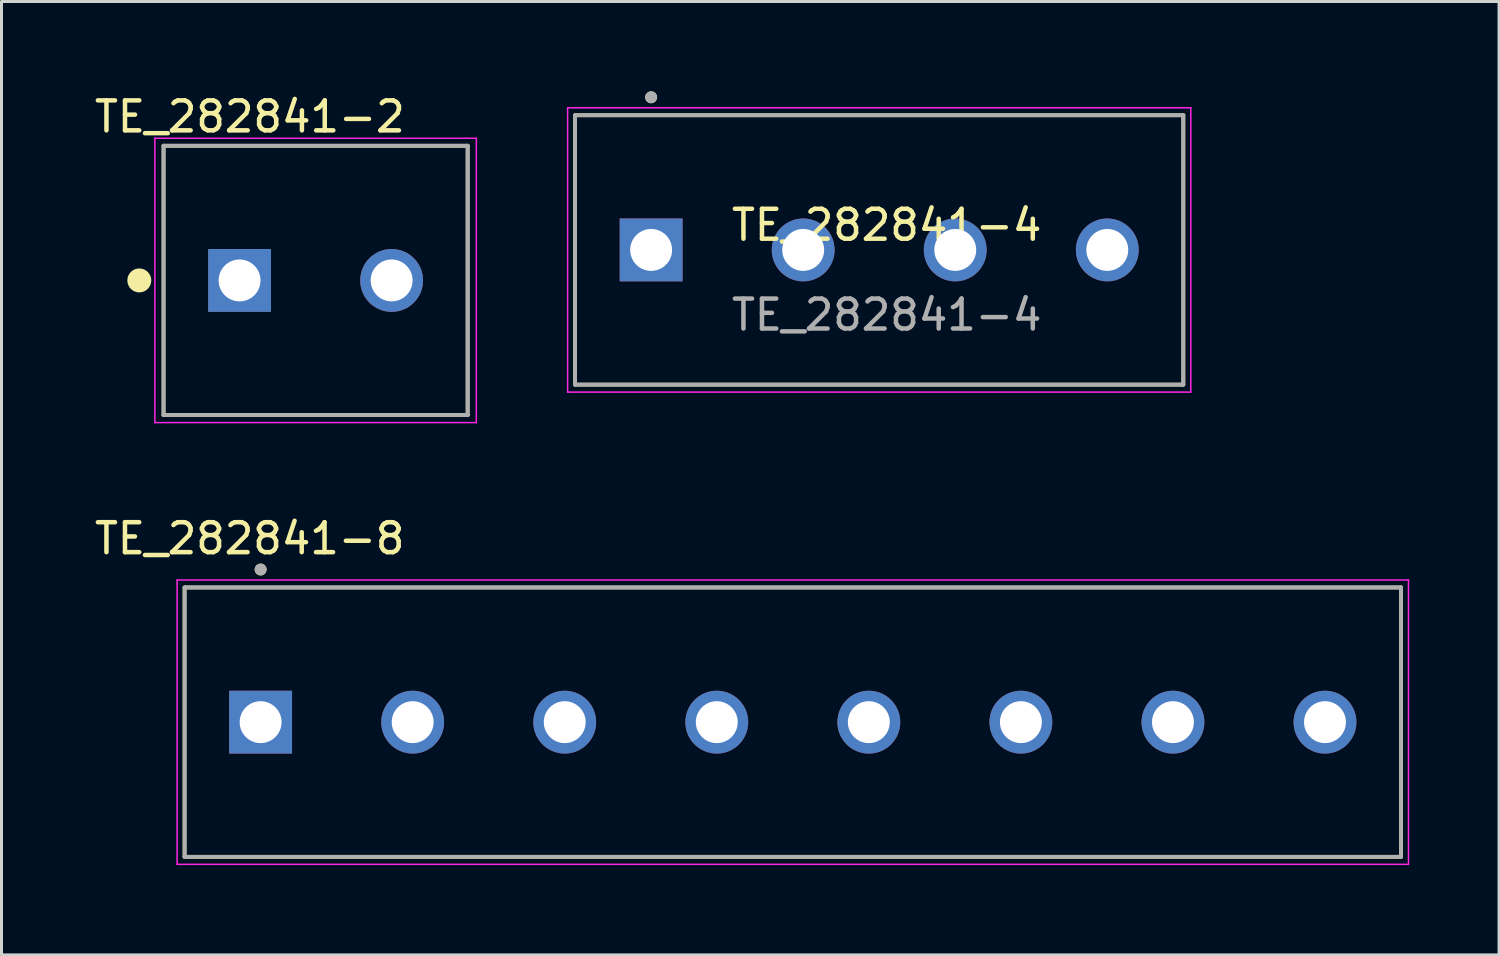
<source format=kicad_pcb>
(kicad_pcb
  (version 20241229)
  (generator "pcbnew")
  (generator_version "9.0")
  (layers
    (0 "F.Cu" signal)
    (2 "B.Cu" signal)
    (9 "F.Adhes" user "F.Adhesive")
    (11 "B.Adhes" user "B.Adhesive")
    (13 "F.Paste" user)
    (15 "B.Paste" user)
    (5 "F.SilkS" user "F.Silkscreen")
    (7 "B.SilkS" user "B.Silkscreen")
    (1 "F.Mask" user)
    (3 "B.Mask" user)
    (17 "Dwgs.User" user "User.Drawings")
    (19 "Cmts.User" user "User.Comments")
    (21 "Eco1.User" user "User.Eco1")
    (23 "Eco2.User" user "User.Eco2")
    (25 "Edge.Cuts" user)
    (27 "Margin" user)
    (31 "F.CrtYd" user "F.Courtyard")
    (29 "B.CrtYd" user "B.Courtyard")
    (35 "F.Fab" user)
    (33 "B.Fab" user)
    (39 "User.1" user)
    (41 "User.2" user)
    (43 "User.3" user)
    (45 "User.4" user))
  (footprint "TE_282841-2"
    (layer "F.Cu")
    (at 7.494 6.319)
    (property "Reference" "TE_282841-2" (at -2.197 -5.47 0) (layer "F.SilkS") (effects (font (size 1.001 1.001) (thickness 0.15))))
    (attr through_hole)
    (fp_line (start -5.08 -4.5) (end -5.08 4.5) (stroke (width 0.127) (type solid)) (layer "F.SilkS"))
    (fp_line (start -5.08 4.5) (end 5.08 4.5) (stroke (width 0.127) (type solid)) (layer "F.SilkS"))
    (fp_line (start 5.08 -4.5) (end -5.08 -4.5) (stroke (width 0.127) (type solid)) (layer "F.SilkS"))
    (fp_line (start 5.08 4.5) (end 5.08 -4.5) (stroke (width 0.127) (type solid)) (layer "F.SilkS"))
    (fp_circle (center -5.89 0) (end -5.69 0) (stroke (width 0.4) (type solid)) (fill no) (layer "F.SilkS"))
    (fp_line (start -5.37 -4.75) (end 5.37 -4.75) (stroke (width 0.05) (type solid)) (layer "F.CrtYd"))
    (fp_line (start -5.37 4.75) (end -5.37 -4.75) (stroke (width 0.05) (type solid)) (layer "F.CrtYd"))
    (fp_line (start 5.37 -4.75) (end 5.37 4.75) (stroke (width 0.05) (type solid)) (layer "F.CrtYd"))
    (fp_line (start 5.37 4.75) (end -5.37 4.75) (stroke (width 0.05) (type solid)) (layer "F.CrtYd"))
    (fp_line (start -5.08 -4.5) (end -5.08 4.5) (stroke (width 0.127) (type solid)) (layer "F.Fab"))
    (fp_line (start -5.08 4.5) (end 5.08 4.5) (stroke (width 0.127) (type solid)) (layer "F.Fab"))
    (fp_line (start 5.08 -4.5) (end -5.08 -4.5) (stroke (width 0.127) (type solid)) (layer "F.Fab"))
    (fp_line (start 5.08 4.5) (end 5.08 -4.5) (stroke (width 0.127) (type solid)) (layer "F.Fab"))
    (fp_circle (center -2.54 0) (end -2.34 0) (stroke (width 0.4) (type solid)) (fill no) (layer "F.Fab"))
    (pad "1" thru_hole rect (at -2.54 0) (size 2.1 2.1) (drill 1.4) (layers "*.Cu" "*.Mask"))
    (pad "2" thru_hole circle (at 2.54 0) (size 2.1 2.1) (drill 1.4) (layers "*.Cu" "*.Mask")))
  (footprint "TE_282841-4"
    (layer "F.Cu")
    (at 26.574 4.97)
    (property "Reference" "TE_282841-4" (at 0 -0.5 0) (unlocked yes) (layer "F.SilkS") (effects (font (size 1 1) (thickness 0.15))))
    (attr through_hole)
    (fp_line (start -10.41 -4.17) (end 9.91 -4.17) (stroke (width 0.127) (type solid)) (layer "F.SilkS"))
    (fp_line (start -10.41 4.83) (end -10.41 -4.17) (stroke (width 0.127) (type solid)) (layer "F.SilkS"))
    (fp_line (start 9.91 -4.17) (end 9.91 4.83) (stroke (width 0.127) (type solid)) (layer "F.SilkS"))
    (fp_line (start 9.91 4.83) (end -10.41 4.83) (stroke (width 0.127) (type solid)) (layer "F.SilkS"))
    (fp_circle (center -7.87 -4.77) (end -7.77 -4.77) (stroke (width 0.2) (type solid)) (fill no) (layer "F.SilkS"))
    (fp_line (start -10.66 -4.42) (end 10.16 -4.42) (stroke (width 0.05) (type solid)) (layer "F.CrtYd"))
    (fp_line (start -10.66 5.08) (end -10.66 -4.42) (stroke (width 0.05) (type solid)) (layer "F.CrtYd"))
    (fp_line (start 10.16 -4.42) (end 10.16 5.08) (stroke (width 0.05) (type solid)) (layer "F.CrtYd"))
    (fp_line (start 10.16 5.08) (end -10.66 5.08) (stroke (width 0.05) (type solid)) (layer "F.CrtYd"))
    (fp_line (start -10.41 -4.17) (end 9.91 -4.17) (stroke (width 0.127) (type solid)) (layer "F.Fab"))
    (fp_line (start -10.41 4.83) (end -10.41 -4.17) (stroke (width 0.127) (type solid)) (layer "F.Fab"))
    (fp_line (start 9.91 -4.17) (end 9.91 4.83) (stroke (width 0.127) (type solid)) (layer "F.Fab"))
    (fp_line (start 9.91 4.83) (end -10.41 4.83) (stroke (width 0.127) (type solid)) (layer "F.Fab"))
    (fp_circle (center -7.87 -4.77) (end -7.77 -4.77) (stroke (width 0.2) (type solid)) (fill no) (layer "F.Fab"))
    (fp_text user "${REFERENCE}" (at 0 2.5 0) (unlocked yes) (layer "F.Fab") (effects (font (size 1 1) (thickness 0.15))))
    (pad "1" thru_hole rect (at -7.87 0.33) (size 2.1 2.1) (drill 1.4) (layers "*.Cu" "*.Mask"))
    (pad "2" thru_hole circle (at -2.79 0.33) (size 2.1 2.1) (drill 1.4) (layers "*.Cu" "*.Mask"))
    (pad "3" thru_hole circle (at 2.29 0.33) (size 2.1 2.1) (drill 1.4) (layers "*.Cu" "*.Mask"))
    (pad "4" thru_hole circle (at 7.37 0.33) (size 2.1 2.1) (drill 1.4) (layers "*.Cu" "*.Mask")))
  (footprint "TE_282841-8"
    (layer "F.Cu")
    (at 23.437 21.077)
    (property "Reference" "TE_282841-8" (at -18.145 -6.135 0) (layer "F.SilkS") (effects (font (size 1 1) (thickness 0.15))))
    (attr through_hole)
    (fp_line (start -20.32 -4.5) (end 20.32 -4.5) (stroke (width 0.127) (type solid)) (layer "F.SilkS"))
    (fp_line (start -20.32 4.5) (end -20.32 -4.5) (stroke (width 0.127) (type solid)) (layer "F.SilkS"))
    (fp_line (start 20.32 -4.5) (end 20.32 4.5) (stroke (width 0.127) (type solid)) (layer "F.SilkS"))
    (fp_line (start 20.32 4.5) (end -20.32 4.5) (stroke (width 0.127) (type solid)) (layer "F.SilkS"))
    (fp_circle (center -17.78 -5.1) (end -17.68 -5.1) (stroke (width 0.2) (type solid)) (fill no) (layer "F.SilkS"))
    (fp_line (start -20.57 -4.75) (end 20.57 -4.75) (stroke (width 0.05) (type solid)) (layer "F.CrtYd"))
    (fp_line (start -20.57 4.75) (end -20.57 -4.75) (stroke (width 0.05) (type solid)) (layer "F.CrtYd"))
    (fp_line (start 20.57 -4.75) (end 20.57 4.75) (stroke (width 0.05) (type solid)) (layer "F.CrtYd"))
    (fp_line (start 20.57 4.75) (end -20.57 4.75) (stroke (width 0.05) (type solid)) (layer "F.CrtYd"))
    (fp_line (start -20.32 -4.5) (end 20.32 -4.5) (stroke (width 0.127) (type solid)) (layer "F.Fab"))
    (fp_line (start -20.32 4.5) (end -20.32 -4.5) (stroke (width 0.127) (type solid)) (layer "F.Fab"))
    (fp_line (start 20.32 -4.5) (end 20.32 4.5) (stroke (width 0.127) (type solid)) (layer "F.Fab"))
    (fp_line (start 20.32 4.5) (end -20.32 4.5) (stroke (width 0.127) (type solid)) (layer "F.Fab"))
    (fp_circle (center -17.78 -5.1) (end -17.68 -5.1) (stroke (width 0.2) (type solid)) (fill no) (layer "F.Fab"))
    (pad "1" thru_hole rect (at -17.78 0) (size 2.1 2.1) (drill 1.4) (layers "*.Cu" "*.Mask"))
    (pad "2" thru_hole circle (at -12.7 0) (size 2.1 2.1) (drill 1.4) (layers "*.Cu" "*.Mask"))
    (pad "3" thru_hole circle (at -7.62 0) (size 2.1 2.1) (drill 1.4) (layers "*.Cu" "*.Mask"))
    (pad "4" thru_hole circle (at -2.54 0) (size 2.1 2.1) (drill 1.4) (layers "*.Cu" "*.Mask"))
    (pad "5" thru_hole circle (at 2.54 0) (size 2.1 2.1) (drill 1.4) (layers "*.Cu" "*.Mask"))
    (pad "6" thru_hole circle (at 7.62 0) (size 2.1 2.1) (drill 1.4) (layers "*.Cu" "*.Mask"))
    (pad "7" thru_hole circle (at 12.7 0) (size 2.1 2.1) (drill 1.4) (layers "*.Cu" "*.Mask"))
    (pad "8" thru_hole circle (at 17.78 0) (size 2.1 2.1) (drill 1.4) (layers "*.Cu" "*.Mask")))
  (gr_rect
    (start -3 -3)
    (end 47.032 28.852)
    (stroke (width 0.1) (type default))
    (fill no)
    (layer "Edge.Cuts")))
</source>
